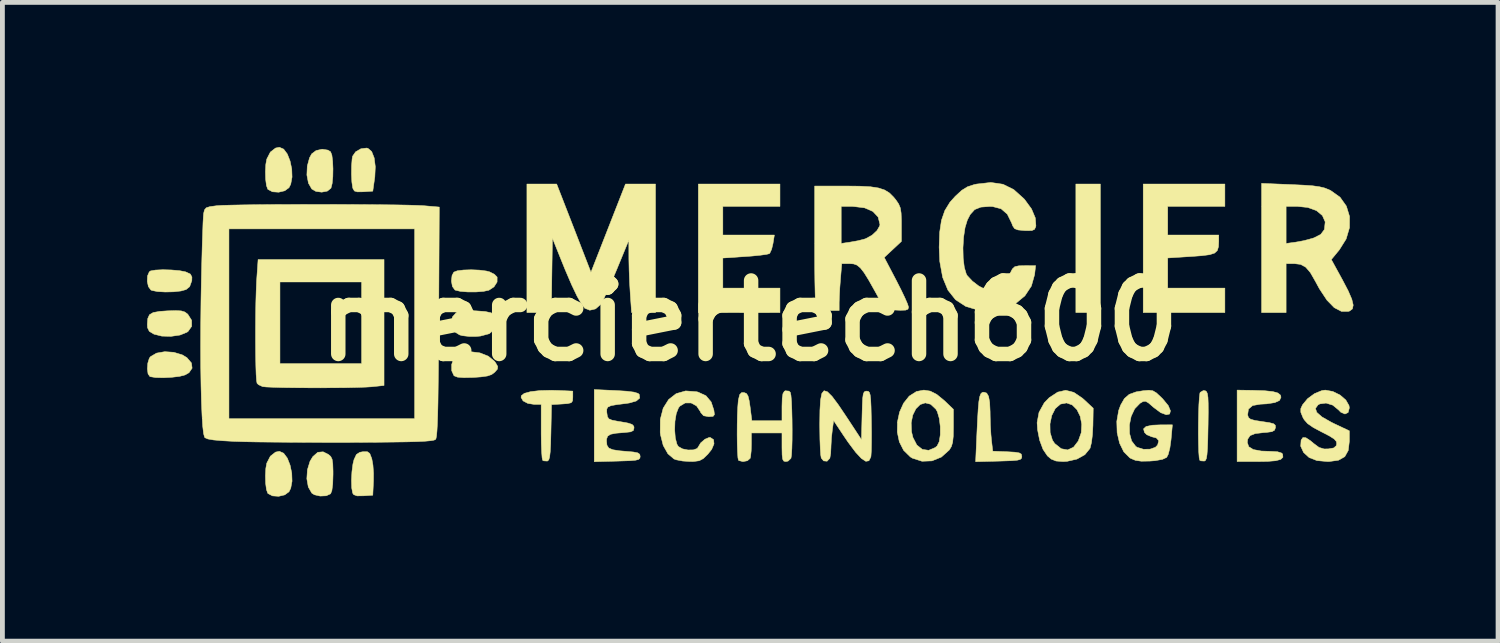
<source format=kicad_pcb>
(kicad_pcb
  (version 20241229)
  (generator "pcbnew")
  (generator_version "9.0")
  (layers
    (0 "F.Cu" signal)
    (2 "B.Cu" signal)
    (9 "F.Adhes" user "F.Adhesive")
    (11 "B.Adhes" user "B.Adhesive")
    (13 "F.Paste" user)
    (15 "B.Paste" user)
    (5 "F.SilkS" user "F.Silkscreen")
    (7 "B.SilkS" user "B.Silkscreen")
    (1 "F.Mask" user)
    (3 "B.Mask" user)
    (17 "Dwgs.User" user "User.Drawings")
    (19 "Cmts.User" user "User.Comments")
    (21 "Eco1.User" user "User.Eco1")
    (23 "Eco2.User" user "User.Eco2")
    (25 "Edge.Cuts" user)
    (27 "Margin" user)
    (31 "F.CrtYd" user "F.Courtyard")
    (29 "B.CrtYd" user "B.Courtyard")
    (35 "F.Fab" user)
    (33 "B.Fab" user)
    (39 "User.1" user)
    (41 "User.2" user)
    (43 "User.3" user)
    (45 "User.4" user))
  (footprint "merciertech600"
    (layer "F.Cu")
    (at 12.494 3.603)
    (property "Reference" "merciertech600" (at 0 0 0) (layer "F.SilkS") (effects (font (size 1.524 1.524) (thickness 0.3))))
    (attr through_hole)
    (fp_poly (pts (xy 7.281 -0.169) (xy 6.773 -0.169) (xy 6.773 -2.836) (xy 7.281 -2.836) (xy 7.281 -0.169)) (stroke (width 0.01) (type solid)) (fill yes) (layer "F.SilkS"))
    (fp_poly (pts (xy 9.864 -2.371) (xy 8.678 -2.371) (xy 8.678 -1.778) (xy 9.737 -1.778) (xy 9.737 -1.648) (xy 9.731 -1.535) (xy 9.707 -1.456) (xy 9.65 -1.403) (xy 9.547 -1.37) (xy 9.385 -1.349) (xy 9.166 -1.333) (xy 8.678 -1.302) (xy 8.678 -0.677) (xy 9.864 -0.677) (xy 9.864 -0.169) (xy 8.17 -0.169) (xy 8.17 -2.836) (xy 9.864 -2.836) (xy 9.864 -2.371)) (stroke (width 0.01) (type solid)) (fill yes) (layer "F.SilkS"))
    (fp_poly (pts (xy 0.635 -2.371) (xy -0.55 -2.371) (xy -0.55 -1.778) (xy 0.519 -1.778) (xy 0.49 -1.599) (xy 0.462 -1.482) (xy 0.425 -1.403) (xy 0.413 -1.391) (xy 0.353 -1.376) (xy 0.228 -1.359) (xy 0.058 -1.342) (xy -0.093 -1.331) (xy -0.55 -1.301) (xy -0.55 -0.677) (xy 0.635 -0.677) (xy 0.635 -0.169) (xy -1.058 -0.169) (xy -1.058 -2.836) (xy 0.635 -2.836) (xy 0.635 -2.371)) (stroke (width 0.01) (type solid)) (fill yes) (layer "F.SilkS"))
    (fp_poly (pts (xy -11.939 0.655) (xy -11.763 0.708) (xy -11.667 0.766) (xy -11.573 0.876) (xy -11.559 0.984) (xy -11.624 1.078) (xy -11.704 1.124) (xy -11.819 1.154) (xy -11.98 1.173) (xy -12.156 1.182) (xy -12.316 1.178) (xy -12.427 1.16) (xy -12.435 1.157) (xy -12.473 1.102) (xy -12.487 0.999) (xy -12.478 0.88) (xy -12.447 0.779) (xy -12.423 0.746) (xy -12.297 0.672) (xy -12.126 0.642) (xy -11.939 0.655)) (stroke (width 0.01) (type solid)) (fill yes) (layer "F.SilkS"))
    (fp_poly (pts (xy -9.66 -3.56) (xy -9.584 -3.458) (xy -9.527 -3.313) (xy -9.492 -3.147) (xy -9.486 -2.98) (xy -9.513 -2.833) (xy -9.549 -2.761) (xy -9.637 -2.696) (xy -9.763 -2.666) (xy -9.892 -2.675) (xy -9.985 -2.724) (xy -9.989 -2.728) (xy -10.017 -2.805) (xy -10.034 -2.937) (xy -10.038 -3.093) (xy -10.03 -3.245) (xy -10.01 -3.354) (xy -9.936 -3.498) (xy -9.828 -3.582) (xy -9.749 -3.598) (xy -9.66 -3.56)) (stroke (width 0.01) (type solid)) (fill yes) (layer "F.SilkS"))
    (fp_poly (pts (xy -9.66 2.748) (xy -9.584 2.85) (xy -9.527 2.995) (xy -9.492 3.161) (xy -9.486 3.328) (xy -9.513 3.474) (xy -9.549 3.547) (xy -9.637 3.612) (xy -9.763 3.642) (xy -9.892 3.633) (xy -9.985 3.584) (xy -9.989 3.58) (xy -10.017 3.502) (xy -10.034 3.371) (xy -10.038 3.214) (xy -10.03 3.063) (xy -10.01 2.953) (xy -9.936 2.81) (xy -9.828 2.725) (xy -9.749 2.709) (xy -9.66 2.748)) (stroke (width 0.01) (type solid)) (fill yes) (layer "F.SilkS"))
    (fp_poly (pts (xy -8.741 -3.539) (xy -8.687 -3.505) (xy -8.66 -3.436) (xy -8.644 -3.31) (xy -8.637 -3.152) (xy -8.64 -2.989) (xy -8.654 -2.847) (xy -8.678 -2.753) (xy -8.68 -2.749) (xy -8.754 -2.689) (xy -8.87 -2.667) (xy -8.991 -2.683) (xy -9.076 -2.732) (xy -9.146 -2.854) (xy -9.178 -3.023) (xy -9.17 -3.208) (xy -9.123 -3.38) (xy -9.078 -3.462) (xy -8.987 -3.53) (xy -8.861 -3.558) (xy -8.741 -3.539)) (stroke (width 0.01) (type solid)) (fill yes) (layer "F.SilkS"))
    (fp_poly (pts (xy -8.73 2.775) (xy -8.683 2.817) (xy -8.655 2.874) (xy -8.641 2.967) (xy -8.636 3.116) (xy -8.636 3.19) (xy -8.642 3.385) (xy -8.66 3.524) (xy -8.687 3.59) (xy -8.777 3.631) (xy -8.903 3.637) (xy -9.022 3.61) (xy -9.076 3.576) (xy -9.149 3.449) (xy -9.179 3.278) (xy -9.167 3.091) (xy -9.113 2.915) (xy -9.055 2.819) (xy -8.952 2.729) (xy -8.841 2.719) (xy -8.73 2.775)) (stroke (width 0.01) (type solid)) (fill yes) (layer "F.SilkS"))
    (fp_poly (pts (xy -7.912 -3.576) (xy -7.834 -3.509) (xy -7.782 -3.377) (xy -7.759 -3.196) (xy -7.769 -2.981) (xy -7.773 -2.955) (xy -7.811 -2.688) (xy -8.006 -2.675) (xy -8.128 -2.673) (xy -8.192 -2.691) (xy -8.222 -2.741) (xy -8.228 -2.76) (xy -8.245 -2.876) (xy -8.253 -3.039) (xy -8.251 -3.211) (xy -8.24 -3.357) (xy -8.23 -3.413) (xy -8.167 -3.504) (xy -8.058 -3.567) (xy -7.94 -3.582) (xy -7.912 -3.576)) (stroke (width 0.01) (type solid)) (fill yes) (layer "F.SilkS"))
    (fp_poly (pts (xy -7.874 2.753) (xy -7.837 2.848) (xy -7.831 2.866) (xy -7.808 2.993) (xy -7.796 3.165) (xy -7.797 3.323) (xy -7.811 3.619) (xy -8.006 3.632) (xy -8.137 3.633) (xy -8.206 3.608) (xy -8.228 3.576) (xy -8.248 3.469) (xy -8.253 3.31) (xy -8.244 3.134) (xy -8.223 2.972) (xy -8.2 2.879) (xy -8.151 2.775) (xy -8.08 2.729) (xy -8.014 2.717) (xy -7.924 2.717) (xy -7.874 2.753)) (stroke (width 0.01) (type solid)) (fill yes) (layer "F.SilkS"))
    (fp_poly (pts (xy -5.673 -0.205) (xy -5.479 -0.191) (xy -5.355 -0.164) (xy -5.285 -0.115) (xy -5.255 -0.035) (xy -5.25 0.046) (xy -5.286 0.178) (xy -5.395 0.269) (xy -5.578 0.318) (xy -5.664 0.325) (xy -5.818 0.325) (xy -5.952 0.31) (xy -6.01 0.294) (xy -6.125 0.222) (xy -6.174 0.117) (xy -6.18 0.038) (xy -6.16 -0.078) (xy -6.092 -0.155) (xy -5.965 -0.197) (xy -5.771 -0.208) (xy -5.673 -0.205)) (stroke (width 0.01) (type solid)) (fill yes) (layer "F.SilkS"))
    (fp_poly (pts (xy -5.589 0.667) (xy -5.416 0.735) (xy -5.285 0.842) (xy -5.267 0.867) (xy -5.22 0.949) (xy -5.226 1.004) (xy -5.283 1.069) (xy -5.346 1.116) (xy -5.433 1.146) (xy -5.567 1.165) (xy -5.724 1.176) (xy -5.925 1.18) (xy -6.054 1.17) (xy -6.123 1.143) (xy -6.128 1.138) (xy -6.174 1.038) (xy -6.175 0.908) (xy -6.134 0.787) (xy -6.098 0.742) (xy -5.956 0.667) (xy -5.778 0.643) (xy -5.589 0.667)) (stroke (width 0.01) (type solid)) (fill yes) (layer "F.SilkS"))
    (fp_poly (pts (xy -11.989 -1.053) (xy -11.823 -1.039) (xy -11.699 -1.015) (xy -11.688 -1.011) (xy -11.595 -0.968) (xy -11.563 -0.906) (xy -11.565 -0.832) (xy -11.61 -0.707) (xy -11.684 -0.647) (xy -11.79 -0.617) (xy -11.944 -0.6) (xy -12.115 -0.596) (xy -12.275 -0.605) (xy -12.391 -0.628) (xy -12.414 -0.638) (xy -12.466 -0.708) (xy -12.489 -0.816) (xy -12.484 -0.929) (xy -12.448 -1.013) (xy -12.421 -1.033) (xy -12.319 -1.051) (xy -12.165 -1.058) (xy -11.989 -1.053)) (stroke (width 0.01) (type solid)) (fill yes) (layer "F.SilkS"))
    (fp_poly (pts (xy -11.785 -0.204) (xy -11.712 -0.182) (xy -11.657 -0.142) (xy -11.646 -0.131) (xy -11.569 -0.009) (xy -11.568 0.116) (xy -11.643 0.222) (xy -11.667 0.239) (xy -11.81 0.297) (xy -11.997 0.324) (xy -12.188 0.319) (xy -12.348 0.279) (xy -12.351 0.278) (xy -12.447 0.22) (xy -12.484 0.144) (xy -12.488 0.076) (xy -12.479 -0.045) (xy -12.444 -0.124) (xy -12.366 -0.17) (xy -12.232 -0.194) (xy -12.071 -0.205) (xy -11.897 -0.21) (xy -11.785 -0.204)) (stroke (width 0.01) (type solid)) (fill yes) (layer "F.SilkS"))
    (fp_poly (pts (xy -5.601 -1.05) (xy -5.454 -1.031) (xy -5.386 -1.013) (xy -5.288 -0.963) (xy -5.232 -0.905) (xy -5.232 -0.904) (xy -5.233 -0.803) (xy -5.297 -0.703) (xy -5.403 -0.633) (xy -5.515 -0.609) (xy -5.671 -0.597) (xy -5.84 -0.597) (xy -5.992 -0.609) (xy -6.095 -0.633) (xy -6.107 -0.638) (xy -6.16 -0.711) (xy -6.18 -0.825) (xy -6.167 -0.94) (xy -6.13 -1.008) (xy -6.058 -1.036) (xy -5.929 -1.052) (xy -5.768 -1.057) (xy -5.601 -1.05)) (stroke (width 0.01) (type solid)) (fill yes) (layer "F.SilkS"))
    (fp_poly (pts (xy 9.458 1.453) (xy 9.484 1.472) (xy 9.501 1.513) (xy 9.513 1.589) (xy 9.518 1.712) (xy 9.519 1.894) (xy 9.516 2.146) (xy 9.515 2.189) (xy 9.51 2.455) (xy 9.503 2.647) (xy 9.493 2.777) (xy 9.48 2.857) (xy 9.461 2.898) (xy 9.438 2.911) (xy 9.363 2.906) (xy 9.343 2.894) (xy 9.331 2.841) (xy 9.322 2.721) (xy 9.317 2.552) (xy 9.314 2.352) (xy 9.315 2.138) (xy 9.319 1.928) (xy 9.325 1.741) (xy 9.335 1.593) (xy 9.346 1.503) (xy 9.352 1.486) (xy 9.418 1.448) (xy 9.458 1.453)) (stroke (width 0.01) (type solid)) (fill yes) (layer "F.SilkS"))
    (fp_poly (pts (xy 4.923 1.501) (xy 4.962 1.568) (xy 4.985 1.693) (xy 4.994 1.887) (xy 4.995 1.968) (xy 5 2.161) (xy 5.011 2.357) (xy 5.023 2.485) (xy 5.049 2.706) (xy 5.35 2.718) (xy 5.508 2.727) (xy 5.599 2.742) (xy 5.641 2.767) (xy 5.651 2.81) (xy 5.652 2.815) (xy 5.646 2.852) (xy 5.619 2.877) (xy 5.557 2.893) (xy 5.445 2.903) (xy 5.269 2.909) (xy 5.173 2.912) (xy 4.694 2.924) (xy 4.72 2.34) (xy 4.734 2.049) (xy 4.747 1.831) (xy 4.761 1.677) (xy 4.779 1.575) (xy 4.801 1.516) (xy 4.83 1.488) (xy 4.865 1.482) (xy 4.923 1.501)) (stroke (width 0.01) (type solid)) (fill yes) (layer "F.SilkS"))
    (fp_poly (pts (xy -3.958 1.447) (xy -3.662 1.46) (xy -3.662 1.587) (xy -3.667 1.662) (xy -3.696 1.701) (xy -3.77 1.719) (xy -3.883 1.727) (xy -4.104 1.74) (xy -4.116 2.319) (xy -4.122 2.557) (xy -4.131 2.722) (xy -4.143 2.827) (xy -4.161 2.886) (xy -4.186 2.909) (xy -4.193 2.911) (xy -4.268 2.906) (xy -4.288 2.894) (xy -4.299 2.843) (xy -4.308 2.724) (xy -4.315 2.553) (xy -4.318 2.348) (xy -4.318 2.3) (xy -4.318 1.736) (xy -4.458 1.736) (xy -4.594 1.715) (xy -4.693 1.663) (xy -4.735 1.591) (xy -4.73 1.555) (xy -4.669 1.507) (xy -4.537 1.471) (xy -4.347 1.449) (xy -4.109 1.443) (xy -3.958 1.447)) (stroke (width 0.01) (type solid)) (fill yes) (layer "F.SilkS"))
    (fp_poly (pts (xy -1.947 -2.836) (xy -1.947 -0.169) (xy -2.443 -0.169) (xy -2.47 -0.557) (xy -2.484 -0.791) (xy -2.494 -1.049) (xy -2.499 -1.282) (xy -2.499 -1.308) (xy -2.5 -1.672) (xy -2.753 -1.058) (xy -2.846 -0.838) (xy -2.934 -0.639) (xy -3.01 -0.476) (xy -3.066 -0.368) (xy -3.084 -0.339) (xy -3.19 -0.246) (xy -3.309 -0.218) (xy -3.414 -0.259) (xy -3.482 -0.346) (xy -3.574 -0.51) (xy -3.688 -0.749) (xy -3.821 -1.059) (xy -3.898 -1.249) (xy -4.085 -1.714) (xy -4.097 -0.942) (xy -4.108 -0.169) (xy -4.614 -0.169) (xy -4.614 -2.836) (xy -3.997 -2.836) (xy -3.641 -1.921) (xy -3.286 -1.005) (xy -2.569 -2.836) (xy -2.258 -2.836) (xy -1.947 -2.836)) (stroke (width 0.01) (type solid)) (fill yes) (layer "F.SilkS"))
    (fp_poly (pts (xy -7.578 1.343) (xy -7.838 1.37) (xy -7.955 1.377) (xy -8.133 1.383) (xy -8.359 1.388) (xy -8.617 1.39) (xy -8.892 1.392) (xy -9.171 1.391) (xy -9.438 1.389) (xy -9.678 1.386) (xy -9.878 1.38) (xy -10.022 1.374) (xy -10.097 1.366) (xy -10.181 1.327) (xy -10.212 1.297) (xy -10.222 1.24) (xy -10.231 1.112) (xy -10.237 0.926) (xy -10.241 0.698) (xy -10.243 0.44) (xy -10.243 0.166) (xy -10.241 -0.11) (xy -10.237 -0.374) (xy -10.23 -0.613) (xy -10.222 -0.804) (xy -9.737 -0.804) (xy -9.737 0.889) (xy -8.043 0.889) (xy -8.043 -0.804) (xy -9.737 -0.804) (xy -10.222 -0.804) (xy -10.222 -0.812) (xy -10.217 -0.882) (xy -10.19 -1.27) (xy -7.578 -1.27) (xy -7.578 1.343)) (stroke (width 0.01) (type solid)) (fill yes) (layer "F.SilkS"))
    (fp_poly (pts (xy 6.73 1.486) (xy 6.909 1.607) (xy 6.957 1.65) (xy 7.133 1.815) (xy 7.127 2.173) (xy 7.117 2.361) (xy 7.097 2.525) (xy 7.069 2.639) (xy 7.063 2.652) (xy 6.959 2.779) (xy 6.795 2.87) (xy 6.589 2.917) (xy 6.505 2.921) (xy 6.361 2.91) (xy 6.26 2.869) (xy 6.183 2.803) (xy 6.092 2.668) (xy 6.021 2.477) (xy 5.978 2.258) (xy 5.971 2.14) (xy 6.236 2.14) (xy 6.239 2.319) (xy 6.287 2.477) (xy 6.334 2.547) (xy 6.47 2.655) (xy 6.603 2.68) (xy 6.725 2.623) (xy 6.823 2.495) (xy 6.885 2.322) (xy 6.895 2.146) (xy 6.863 1.982) (xy 6.795 1.844) (xy 6.697 1.746) (xy 6.578 1.705) (xy 6.454 1.729) (xy 6.347 1.82) (xy 6.273 1.966) (xy 6.236 2.14) (xy 5.971 2.14) (xy 5.969 2.113) (xy 6.009 1.9) (xy 6.118 1.702) (xy 6.221 1.596) (xy 6.396 1.481) (xy 6.562 1.443) (xy 6.73 1.486)) (stroke (width 0.01) (type solid)) (fill yes) (layer "F.SilkS"))
    (fp_poly (pts (xy 10.446 1.444) (xy 10.689 1.452) (xy 10.859 1.47) (xy 10.964 1.499) (xy 11.017 1.543) (xy 11.028 1.587) (xy 10.997 1.654) (xy 10.9 1.698) (xy 10.731 1.724) (xy 10.599 1.731) (xy 10.44 1.759) (xy 10.353 1.833) (xy 10.336 1.952) (xy 10.337 1.956) (xy 10.353 2.009) (xy 10.398 2.044) (xy 10.49 2.069) (xy 10.638 2.092) (xy 10.791 2.115) (xy 10.876 2.138) (xy 10.911 2.17) (xy 10.914 2.217) (xy 10.913 2.219) (xy 10.894 2.271) (xy 10.84 2.301) (xy 10.73 2.316) (xy 10.669 2.32) (xy 10.493 2.341) (xy 10.387 2.383) (xy 10.338 2.455) (xy 10.329 2.525) (xy 10.359 2.613) (xy 10.453 2.672) (xy 10.618 2.703) (xy 10.793 2.709) (xy 10.956 2.718) (xy 11.044 2.746) (xy 11.062 2.768) (xy 11.068 2.831) (xy 11.023 2.876) (xy 10.918 2.904) (xy 10.744 2.918) (xy 10.554 2.921) (xy 10.118 2.921) (xy 10.118 1.439) (xy 10.446 1.444)) (stroke (width 0.01) (type solid)) (fill yes) (layer "F.SilkS"))
    (fp_poly (pts (xy 3.753 1.46) (xy 3.887 1.528) (xy 4.042 1.655) (xy 4.075 1.686) (xy 4.233 1.838) (xy 4.233 2.204) (xy 4.23 2.394) (xy 4.217 2.521) (xy 4.191 2.609) (xy 4.148 2.68) (xy 4.145 2.683) (xy 3.983 2.828) (xy 3.788 2.907) (xy 3.582 2.915) (xy 3.383 2.851) (xy 3.34 2.825) (xy 3.2 2.688) (xy 3.111 2.512) (xy 3.069 2.311) (xy 3.072 2.118) (xy 3.357 2.118) (xy 3.364 2.302) (xy 3.393 2.421) (xy 3.474 2.578) (xy 3.588 2.669) (xy 3.72 2.688) (xy 3.855 2.631) (xy 3.895 2.597) (xy 3.939 2.508) (xy 3.961 2.365) (xy 3.961 2.195) (xy 3.94 2.027) (xy 3.899 1.887) (xy 3.869 1.834) (xy 3.76 1.732) (xy 3.649 1.704) (xy 3.544 1.738) (xy 3.455 1.826) (xy 3.39 1.956) (xy 3.357 2.118) (xy 3.072 2.118) (xy 3.072 2.1) (xy 3.116 1.895) (xy 3.199 1.711) (xy 3.316 1.564) (xy 3.466 1.468) (xy 3.62 1.439) (xy 3.753 1.46)) (stroke (width 0.01) (type solid)) (fill yes) (layer "F.SilkS"))
    (fp_poly (pts (xy -2.769 1.448) (xy -2.544 1.462) (xy -2.394 1.481) (xy -2.309 1.507) (xy -2.284 1.528) (xy -2.274 1.604) (xy -2.344 1.664) (xy -2.489 1.706) (xy -2.562 1.717) (xy -2.75 1.74) (xy -2.868 1.761) (xy -2.932 1.789) (xy -2.957 1.83) (xy -2.958 1.893) (xy -2.955 1.917) (xy -2.944 1.991) (xy -2.915 2.035) (xy -2.848 2.063) (xy -2.724 2.087) (xy -2.667 2.096) (xy -2.516 2.123) (xy -2.432 2.151) (xy -2.397 2.188) (xy -2.392 2.223) (xy -2.406 2.277) (xy -2.463 2.305) (xy -2.582 2.318) (xy -2.765 2.333) (xy -2.878 2.355) (xy -2.938 2.393) (xy -2.961 2.452) (xy -2.963 2.496) (xy -2.954 2.583) (xy -2.916 2.641) (xy -2.833 2.676) (xy -2.692 2.698) (xy -2.561 2.709) (xy -2.405 2.723) (xy -2.315 2.741) (xy -2.274 2.77) (xy -2.265 2.815) (xy -2.265 2.815) (xy -2.271 2.852) (xy -2.297 2.877) (xy -2.36 2.893) (xy -2.472 2.903) (xy -2.649 2.909) (xy -2.741 2.912) (xy -3.217 2.924) (xy -3.217 1.428) (xy -2.769 1.448)) (stroke (width 0.01) (type solid)) (fill yes) (layer "F.SilkS"))
    (fp_poly (pts (xy 0.822 1.46) (xy 0.85 1.486) (xy 0.863 1.547) (xy 0.874 1.675) (xy 0.881 1.85) (xy 0.886 2.054) (xy 0.888 2.268) (xy 0.887 2.473) (xy 0.882 2.652) (xy 0.874 2.786) (xy 0.863 2.854) (xy 0.804 2.911) (xy 0.757 2.921) (xy 0.715 2.912) (xy 0.691 2.872) (xy 0.68 2.784) (xy 0.677 2.63) (xy 0.677 2.625) (xy 0.677 2.328) (xy 0.042 2.328) (xy 0.042 2.558) (xy 0.038 2.7) (xy 0.026 2.813) (xy 0.017 2.854) (xy -0.04 2.904) (xy -0.133 2.922) (xy -0.215 2.901) (xy -0.226 2.893) (xy -0.237 2.841) (xy -0.245 2.722) (xy -0.251 2.557) (xy -0.253 2.362) (xy -0.252 2.157) (xy -0.248 1.959) (xy -0.24 1.789) (xy -0.23 1.663) (xy -0.226 1.638) (xy -0.201 1.533) (xy -0.16 1.491) (xy -0.111 1.49) (xy -0.061 1.509) (xy -0.028 1.56) (xy -0.003 1.661) (xy 0.016 1.789) (xy 0.052 2.074) (xy 0.677 2.074) (xy 0.677 1.777) (xy 0.682 1.611) (xy 0.697 1.512) (xy 0.727 1.463) (xy 0.745 1.453) (xy 0.822 1.46)) (stroke (width 0.01) (type solid)) (fill yes) (layer "F.SilkS"))
    (fp_poly (pts (xy 1.62 1.474) (xy 1.717 1.571) (xy 1.847 1.745) (xy 2.014 1.993) (xy 2.037 2.028) (xy 2.326 2.468) (xy 2.338 1.964) (xy 2.344 1.751) (xy 2.351 1.608) (xy 2.363 1.521) (xy 2.383 1.477) (xy 2.412 1.462) (xy 2.434 1.46) (xy 2.467 1.465) (xy 2.49 1.487) (xy 2.506 1.539) (xy 2.517 1.633) (xy 2.524 1.782) (xy 2.529 1.999) (xy 2.531 2.095) (xy 2.534 2.326) (xy 2.533 2.533) (xy 2.53 2.698) (xy 2.523 2.803) (xy 2.52 2.826) (xy 2.48 2.905) (xy 2.416 2.916) (xy 2.325 2.857) (xy 2.204 2.727) (xy 2.051 2.523) (xy 1.945 2.367) (xy 1.748 2.07) (xy 1.721 2.269) (xy 1.703 2.431) (xy 1.694 2.59) (xy 1.693 2.627) (xy 1.687 2.751) (xy 1.671 2.845) (xy 1.668 2.854) (xy 1.612 2.914) (xy 1.54 2.907) (xy 1.491 2.847) (xy 1.48 2.78) (xy 1.471 2.645) (xy 1.464 2.46) (xy 1.461 2.242) (xy 1.46 2.151) (xy 1.464 1.856) (xy 1.477 1.643) (xy 1.504 1.508) (xy 1.55 1.452) (xy 1.62 1.474)) (stroke (width 0.01) (type solid)) (fill yes) (layer "F.SilkS"))
    (fp_poly (pts (xy -1.094 1.473) (xy -1.065 1.48) (xy -0.9 1.556) (xy -0.792 1.685) (xy -0.736 1.854) (xy -0.724 1.947) (xy -0.752 1.983) (xy -0.842 1.99) (xy -0.842 1.99) (xy -0.949 1.971) (xy -1.008 1.905) (xy -1.015 1.886) (xy -1.095 1.767) (xy -1.209 1.705) (xy -1.333 1.706) (xy -1.442 1.772) (xy -1.47 1.808) (xy -1.516 1.925) (xy -1.543 2.086) (xy -1.549 2.265) (xy -1.536 2.432) (xy -1.502 2.562) (xy -1.472 2.61) (xy -1.387 2.658) (xy -1.273 2.681) (xy -1.161 2.679) (xy -1.082 2.65) (xy -1.066 2.628) (xy -1.01 2.535) (xy -0.921 2.458) (xy -0.833 2.421) (xy -0.812 2.421) (xy -0.742 2.467) (xy -0.733 2.554) (xy -0.782 2.669) (xy -0.86 2.767) (xy -0.955 2.859) (xy -1.039 2.904) (xy -1.151 2.919) (xy -1.233 2.92) (xy -1.384 2.91) (xy -1.515 2.885) (xy -1.564 2.867) (xy -1.69 2.759) (xy -1.787 2.586) (xy -1.843 2.365) (xy -1.849 2.319) (xy -1.847 2.045) (xy -1.787 1.814) (xy -1.674 1.634) (xy -1.517 1.512) (xy -1.321 1.456) (xy -1.094 1.473)) (stroke (width 0.01) (type solid)) (fill yes) (layer "F.SilkS"))
    (fp_poly (pts (xy 11.243 -2.824) (xy 11.498 -2.812) (xy 11.685 -2.799) (xy 11.822 -2.78) (xy 11.928 -2.755) (xy 12.02 -2.719) (xy 12.058 -2.701) (xy 12.253 -2.562) (xy 12.384 -2.378) (xy 12.45 -2.163) (xy 12.449 -1.931) (xy 12.379 -1.695) (xy 12.237 -1.469) (xy 12.236 -1.468) (xy 12.072 -1.269) (xy 12.301 -0.851) (xy 12.423 -0.618) (xy 12.497 -0.446) (xy 12.526 -0.324) (xy 12.51 -0.246) (xy 12.452 -0.202) (xy 12.428 -0.195) (xy 12.28 -0.195) (xy 12.132 -0.272) (xy 11.981 -0.427) (xy 11.825 -0.663) (xy 11.742 -0.816) (xy 11.638 -0.998) (xy 11.541 -1.111) (xy 11.434 -1.169) (xy 11.303 -1.185) (xy 11.134 -1.185) (xy 11.134 -0.169) (xy 10.626 -0.169) (xy 10.626 -1.603) (xy 11.134 -1.603) (xy 11.335 -1.63) (xy 11.504 -1.661) (xy 11.674 -1.707) (xy 11.712 -1.719) (xy 11.853 -1.791) (xy 11.925 -1.888) (xy 11.929 -1.897) (xy 11.945 -2.051) (xy 11.887 -2.182) (xy 11.763 -2.285) (xy 11.582 -2.35) (xy 11.377 -2.371) (xy 11.134 -2.371) (xy 11.134 -1.603) (xy 10.626 -1.603) (xy 10.626 -2.849) (xy 11.243 -2.824)) (stroke (width 0.01) (type solid)) (fill yes) (layer "F.SilkS"))
    (fp_poly (pts (xy 12.104 1.468) (xy 12.254 1.542) (xy 12.373 1.645) (xy 12.439 1.76) (xy 12.446 1.808) (xy 12.42 1.904) (xy 12.355 1.935) (xy 12.268 1.897) (xy 12.22 1.848) (xy 12.102 1.751) (xy 11.963 1.708) (xy 11.834 1.725) (xy 11.795 1.747) (xy 11.743 1.819) (xy 11.77 1.901) (xy 11.877 1.995) (xy 12.066 2.103) (xy 12.128 2.134) (xy 12.446 2.284) (xy 12.446 2.499) (xy 12.423 2.691) (xy 12.351 2.82) (xy 12.219 2.894) (xy 12.022 2.921) (xy 11.993 2.921) (xy 11.774 2.901) (xy 11.612 2.838) (xy 11.611 2.837) (xy 11.496 2.732) (xy 11.437 2.602) (xy 11.445 2.477) (xy 11.483 2.423) (xy 11.544 2.427) (xy 11.64 2.49) (xy 11.702 2.543) (xy 11.817 2.628) (xy 11.922 2.66) (xy 12.01 2.659) (xy 12.122 2.639) (xy 12.173 2.594) (xy 12.184 2.557) (xy 12.177 2.506) (xy 12.132 2.454) (xy 12.036 2.392) (xy 11.876 2.309) (xy 11.873 2.308) (xy 11.697 2.214) (xy 11.582 2.135) (xy 11.51 2.054) (xy 11.481 2.003) (xy 11.439 1.898) (xy 11.439 1.823) (xy 11.475 1.744) (xy 11.579 1.618) (xy 11.723 1.512) (xy 11.876 1.449) (xy 11.947 1.439) (xy 12.104 1.468)) (stroke (width 0.01) (type solid)) (fill yes) (layer "F.SilkS"))
    (fp_poly (pts (xy 8.37 1.453) (xy 8.444 1.497) (xy 8.541 1.588) (xy 8.573 1.619) (xy 8.69 1.761) (xy 8.735 1.869) (xy 8.718 1.935) (xy 8.648 1.95) (xy 8.533 1.907) (xy 8.384 1.796) (xy 8.382 1.794) (xy 8.282 1.707) (xy 8.219 1.67) (xy 8.166 1.676) (xy 8.103 1.713) (xy 7.994 1.826) (xy 7.92 1.982) (xy 7.884 2.161) (xy 7.887 2.339) (xy 7.93 2.495) (xy 8.015 2.606) (xy 8.045 2.626) (xy 8.175 2.666) (xy 8.312 2.664) (xy 8.423 2.625) (xy 8.469 2.578) (xy 8.493 2.488) (xy 8.443 2.432) (xy 8.344 2.406) (xy 8.245 2.365) (xy 8.196 2.317) (xy 8.177 2.243) (xy 8.23 2.194) (xy 8.359 2.167) (xy 8.526 2.16) (xy 8.775 2.159) (xy 8.747 2.466) (xy 8.723 2.64) (xy 8.689 2.772) (xy 8.656 2.835) (xy 8.57 2.875) (xy 8.416 2.903) (xy 8.308 2.911) (xy 8.131 2.914) (xy 8.008 2.896) (xy 7.909 2.854) (xy 7.891 2.843) (xy 7.767 2.719) (xy 7.679 2.538) (xy 7.629 2.321) (xy 7.622 2.088) (xy 7.661 1.861) (xy 7.702 1.75) (xy 7.78 1.614) (xy 7.879 1.528) (xy 8.022 1.476) (xy 8.171 1.452) (xy 8.288 1.442) (xy 8.37 1.453)) (stroke (width 0.01) (type solid)) (fill yes) (layer "F.SilkS"))
    (fp_poly (pts (xy 5.261 -2.831) (xy 5.485 -2.72) (xy 5.695 -2.531) (xy 5.71 -2.515) (xy 5.853 -2.319) (xy 5.932 -2.132) (xy 5.944 -1.969) (xy 5.939 -1.946) (xy 5.914 -1.894) (xy 5.86 -1.871) (xy 5.753 -1.869) (xy 5.703 -1.871) (xy 5.574 -1.883) (xy 5.503 -1.91) (xy 5.463 -1.968) (xy 5.442 -2.025) (xy 5.351 -2.21) (xy 5.223 -2.322) (xy 5.048 -2.368) (xy 4.988 -2.371) (xy 4.802 -2.357) (xy 4.674 -2.306) (xy 4.581 -2.203) (xy 4.522 -2.089) (xy 4.474 -1.931) (xy 4.444 -1.731) (xy 4.431 -1.511) (xy 4.436 -1.295) (xy 4.459 -1.106) (xy 4.5 -0.969) (xy 4.519 -0.936) (xy 4.627 -0.821) (xy 4.759 -0.72) (xy 4.889 -0.652) (xy 4.967 -0.635) (xy 5.092 -0.67) (xy 5.227 -0.759) (xy 5.347 -0.883) (xy 5.409 -0.983) (xy 5.456 -1.074) (xy 5.507 -1.121) (xy 5.589 -1.139) (xy 5.71 -1.142) (xy 5.938 -1.143) (xy 5.917 -0.956) (xy 5.85 -0.719) (xy 5.716 -0.517) (xy 5.526 -0.359) (xy 5.292 -0.251) (xy 5.027 -0.203) (xy 4.755 -0.218) (xy 4.49 -0.297) (xy 4.278 -0.435) (xy 4.119 -0.635) (xy 4.01 -0.899) (xy 3.95 -1.229) (xy 3.937 -1.524) (xy 3.948 -1.836) (xy 3.985 -2.083) (xy 4.055 -2.285) (xy 4.161 -2.458) (xy 4.273 -2.583) (xy 4.406 -2.705) (xy 4.526 -2.779) (xy 4.667 -2.825) (xy 4.716 -2.835) (xy 5.009 -2.868) (xy 5.261 -2.831)) (stroke (width 0.01) (type solid)) (fill yes) (layer "F.SilkS"))
    (fp_poly (pts (xy 2.288 -2.791) (xy 2.513 -2.779) (xy 2.681 -2.753) (xy 2.808 -2.711) (xy 2.909 -2.648) (xy 2.996 -2.56) (xy 3.04 -2.506) (xy 3.097 -2.422) (xy 3.131 -2.341) (xy 3.148 -2.235) (xy 3.154 -2.08) (xy 3.154 -2.001) (xy 3.154 -1.645) (xy 2.798 -1.313) (xy 3.05 -0.832) (xy 3.145 -0.645) (xy 3.224 -0.48) (xy 3.279 -0.354) (xy 3.302 -0.283) (xy 3.302 -0.28) (xy 3.29 -0.239) (xy 3.24 -0.22) (xy 3.134 -0.217) (xy 3.059 -0.22) (xy 2.815 -0.233) (xy 2.598 -0.626) (xy 2.476 -0.843) (xy 2.381 -0.996) (xy 2.304 -1.095) (xy 2.234 -1.153) (xy 2.161 -1.179) (xy 2.074 -1.185) (xy 1.917 -1.185) (xy 1.89 -0.861) (xy 1.876 -0.678) (xy 1.867 -0.505) (xy 1.863 -0.378) (xy 1.863 -0.375) (xy 1.863 -0.212) (xy 1.637 -0.212) (xy 1.505 -0.217) (xy 1.411 -0.229) (xy 1.383 -0.24) (xy 1.376 -0.288) (xy 1.369 -0.41) (xy 1.364 -0.595) (xy 1.359 -0.833) (xy 1.356 -1.112) (xy 1.355 -1.423) (xy 1.355 -1.531) (xy 1.355 -2.371) (xy 1.905 -2.371) (xy 1.905 -1.603) (xy 2.106 -1.633) (xy 2.252 -1.659) (xy 2.379 -1.691) (xy 2.413 -1.702) (xy 2.543 -1.773) (xy 2.648 -1.87) (xy 2.705 -1.97) (xy 2.709 -2) (xy 2.671 -2.151) (xy 2.562 -2.267) (xy 2.389 -2.342) (xy 2.161 -2.37) (xy 2.14 -2.371) (xy 1.905 -2.371) (xy 1.355 -2.371) (xy 1.355 -2.794) (xy 1.994 -2.794) (xy 2.288 -2.791)) (stroke (width 0.01) (type solid)) (fill yes) (layer "F.SilkS"))
    (fp_poly (pts (xy -8.74 -2.412) (xy -8.356 -2.411) (xy -7.986 -2.409) (xy -7.644 -2.406) (xy -7.338 -2.403) (xy -7.082 -2.398) (xy -6.886 -2.392) (xy -6.76 -2.386) (xy -6.757 -2.386) (xy -6.432 -2.358) (xy -6.444 0.025) (xy -6.447 0.558) (xy -6.45 1.011) (xy -6.455 1.391) (xy -6.459 1.703) (xy -6.465 1.953) (xy -6.472 2.146) (xy -6.48 2.289) (xy -6.489 2.386) (xy -6.5 2.443) (xy -6.51 2.463) (xy -6.542 2.477) (xy -6.611 2.489) (xy -6.724 2.499) (xy -6.887 2.507) (xy -7.107 2.513) (xy -7.39 2.517) (xy -7.743 2.521) (xy -8.172 2.523) (xy -8.331 2.524) (xy -8.737 2.524) (xy -9.14 2.523) (xy -9.526 2.521) (xy -9.884 2.518) (xy -10.199 2.515) (xy -10.458 2.51) (xy -10.648 2.504) (xy -10.68 2.503) (xy -10.935 2.489) (xy -11.116 2.473) (xy -11.231 2.453) (xy -11.29 2.428) (xy -11.3 2.417) (xy -11.321 2.341) (xy -11.339 2.188) (xy -11.353 1.966) (xy -11.365 1.682) (xy -11.374 1.343) (xy -11.38 0.958) (xy -11.382 0.535) (xy -11.38 0.08) (xy -11.375 -0.399) (xy -11.372 -0.572) (xy -11.365 -0.928) (xy -11.357 -1.262) (xy -11.349 -1.564) (xy -11.34 -1.822) (xy -11.337 -1.905) (xy -10.795 -1.905) (xy -10.795 2.032) (xy -6.943 2.032) (xy -6.943 -1.905) (xy -10.795 -1.905) (xy -11.337 -1.905) (xy -11.333 -2.026) (xy -11.325 -2.166) (xy -11.32 -2.227) (xy -11.301 -2.301) (xy -11.265 -2.343) (xy -11.189 -2.367) (xy -11.053 -2.385) (xy -11.039 -2.386) (xy -10.931 -2.393) (xy -10.75 -2.398) (xy -10.506 -2.403) (xy -10.211 -2.407) (xy -9.876 -2.41) (xy -9.512 -2.411) (xy -9.129 -2.412) (xy -8.74 -2.412)) (stroke (width 0.01) (type solid)) (fill yes) (layer "F.SilkS")))
  (gr_rect
    (start -3 -3)
    (end 28.025 10.25)
    (stroke (width 0.1) (type default))
    (fill no)
    (layer "Edge.Cuts")))
</source>
